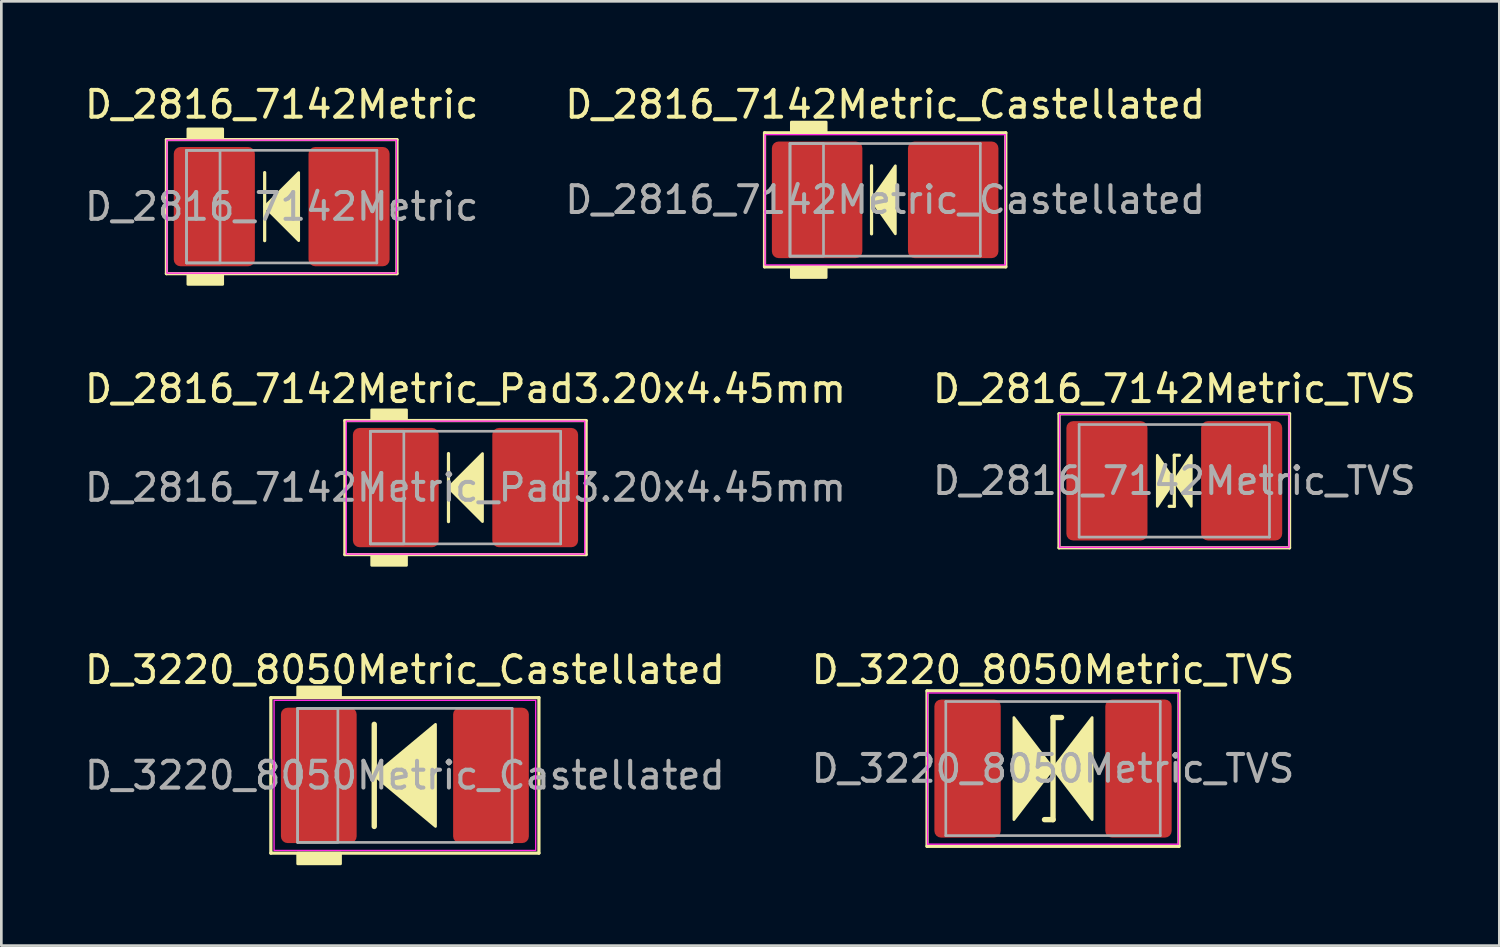
<source format=kicad_pcb>
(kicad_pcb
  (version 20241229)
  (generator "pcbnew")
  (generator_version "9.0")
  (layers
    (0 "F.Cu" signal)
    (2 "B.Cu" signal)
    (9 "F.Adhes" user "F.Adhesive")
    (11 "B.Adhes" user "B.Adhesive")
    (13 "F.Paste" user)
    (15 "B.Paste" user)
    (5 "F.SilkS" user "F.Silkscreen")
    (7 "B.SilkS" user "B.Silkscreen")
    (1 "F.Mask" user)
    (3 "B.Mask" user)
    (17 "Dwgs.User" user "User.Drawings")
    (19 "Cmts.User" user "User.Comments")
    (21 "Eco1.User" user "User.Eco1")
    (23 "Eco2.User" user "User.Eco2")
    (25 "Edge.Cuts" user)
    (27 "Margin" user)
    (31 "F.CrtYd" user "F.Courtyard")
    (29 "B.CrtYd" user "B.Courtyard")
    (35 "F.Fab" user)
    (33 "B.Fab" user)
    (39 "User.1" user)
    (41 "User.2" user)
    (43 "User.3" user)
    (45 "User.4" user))
  (footprint "D_3220_8050Metric_TVS"
    (layer "F.Cu")
    (at 36.232 25.621)
    (property "Reference" "D_3220_8050Metric_TVS" (at 0 -3.683 0) (layer "F.SilkS") (effects (font (size 1 1) (thickness 0.15))))
    (attr smd)
    (fp_line (start -4.7 -2.9) (end 4.7 -2.9) (stroke (width 0.12) (type solid)) (layer "F.SilkS"))
    (fp_line (start -4.7 2.9) (end -4.7 -2.9) (stroke (width 0.12) (type solid)) (layer "F.SilkS"))
    (fp_line (start -0.318 1.905) (end 0 1.905) (stroke (width 0.2) (type solid)) (layer "F.SilkS"))
    (fp_line (start 0 -1.905) (end 0 1.905) (stroke (width 0.2) (type solid)) (layer "F.SilkS"))
    (fp_line (start 0 -1.905) (end 0.318 -1.905) (stroke (width 0.2) (type solid)) (layer "F.SilkS"))
    (fp_line (start 4.7 -2.9) (end 4.7 2.9) (stroke (width 0.12) (type solid)) (layer "F.SilkS"))
    (fp_line (start 4.7 2.9) (end -4.7 2.9) (stroke (width 0.12) (type solid)) (layer "F.SilkS"))
    (fp_poly (pts (xy 0 0) (xy -1.46 1.905) (xy -1.46 -1.905)) (stroke (width 0.1) (type solid)) (fill yes) (layer "F.SilkS"))
    (fp_poly (pts (xy 0 0) (xy 1.46 -1.905) (xy 1.46 1.905)) (stroke (width 0.1) (type solid)) (fill yes) (layer "F.SilkS"))
    (fp_line (start -4.68 -2.82) (end 4.68 -2.82) (stroke (width 0.05) (type solid)) (layer "F.CrtYd"))
    (fp_line (start -4.68 2.82) (end -4.68 -2.82) (stroke (width 0.05) (type solid)) (layer "F.CrtYd"))
    (fp_line (start 4.68 -2.82) (end 4.68 2.82) (stroke (width 0.05) (type solid)) (layer "F.CrtYd"))
    (fp_line (start 4.68 2.82) (end -4.68 2.82) (stroke (width 0.05) (type solid)) (layer "F.CrtYd"))
    (fp_line (start -4 -2.5) (end -4 2.5) (stroke (width 0.1) (type solid)) (layer "F.Fab"))
    (fp_line (start -4 2.5) (end 4 2.5) (stroke (width 0.1) (type solid)) (layer "F.Fab"))
    (fp_line (start 4 -2.5) (end -4 -2.5) (stroke (width 0.1) (type solid)) (layer "F.Fab"))
    (fp_line (start 4 2.5) (end 4 -2.5) (stroke (width 0.1) (type solid)) (layer "F.Fab"))
    (fp_text user "${REFERENCE}" (at 0 0 0) (layer "F.Fab") (effects (font (size 1 1) (thickness 0.15))))
    (pad "1" smd roundrect (at -3.188 0) (size 2.475 5.15) (layers "F.Cu" "F.Mask" "F.Paste") (roundrect_rratio 0.101))
    (pad "2" smd roundrect (at 3.188 0) (size 2.475 5.15) (layers "F.Cu" "F.Mask" "F.Paste") (roundrect_rratio 0.101)))
  (footprint "D_2816_7142Metric_TVS"
    (layer "F.Cu")
    (at 40.756 14.886)
    (property "Reference" "D_2816_7142Metric_TVS" (at 0 -3.429 0) (layer "F.SilkS") (effects (font (size 1 1) (thickness 0.15))))
    (attr smd)
    (fp_line (start -4.3 -2.5) (end -4.3 2.5) (stroke (width 0.12) (type solid)) (layer "F.SilkS"))
    (fp_line (start -4.3 2.5) (end 4.3 2.5) (stroke (width 0.12) (type solid)) (layer "F.SilkS"))
    (fp_line (start -0.191 0.953) (end 0 0.953) (stroke (width 0.12) (type solid)) (layer "F.SilkS"))
    (fp_line (start 0 -0.953) (end 0 0.953) (stroke (width 0.12) (type solid)) (layer "F.SilkS"))
    (fp_line (start 0 -0.953) (end 0.191 -0.953) (stroke (width 0.12) (type solid)) (layer "F.SilkS"))
    (fp_line (start 4.3 -2.5) (end -4.3 -2.5) (stroke (width 0.12) (type solid)) (layer "F.SilkS"))
    (fp_line (start 4.3 2.5) (end 4.3 -2.5) (stroke (width 0.12) (type solid)) (layer "F.SilkS"))
    (fp_poly (pts (xy 0 0) (xy -0.635 0.953) (xy -0.635 -0.953)) (stroke (width 0.1) (type solid)) (fill yes) (layer "F.SilkS"))
    (fp_poly (pts (xy 0 0) (xy 0.635 -0.953) (xy 0.635 0.953)) (stroke (width 0.1) (type solid)) (fill yes) (layer "F.SilkS"))
    (fp_rect (start -4.28 -2.48) (end 4.28 2.48) (stroke (width 0.05) (type solid)) (fill no) (layer "F.CrtYd"))
    (fp_line (start -3.55 -2.1) (end -3.55 2.1) (stroke (width 0.1) (type solid)) (layer "F.Fab"))
    (fp_line (start -3.55 2.1) (end 3.55 2.1) (stroke (width 0.1) (type solid)) (layer "F.Fab"))
    (fp_line (start 3.55 -2.1) (end -3.55 -2.1) (stroke (width 0.1) (type solid)) (layer "F.Fab"))
    (fp_line (start 3.55 2.1) (end 3.55 -2.1) (stroke (width 0.1) (type solid)) (layer "F.Fab"))
    (fp_text user "${REFERENCE}" (at 0 0 0) (layer "F.Fab") (effects (font (size 1 1) (thickness 0.15))))
    (pad "1" smd roundrect (at -2.513 0) (size 3.025 4.45) (layers "F.Cu" "F.Mask" "F.Paste") (roundrect_rratio 0.083))
    (pad "2" smd roundrect (at 2.513 0) (size 3.025 4.45) (layers "F.Cu" "F.Mask" "F.Paste") (roundrect_rratio 0.083)))
  (footprint "D_3220_8050Metric_Castellated"
    (layer "F.Cu")
    (at 12.054 25.875)
    (property "Reference" "D_3220_8050Metric_Castellated" (at 0 -3.937 0) (layer "F.SilkS") (effects (font (size 1 1) (thickness 0.15))))
    (attr smd)
    (fp_line (start -5 -2.9) (end -5 2.9) (stroke (width 0.12) (type solid)) (layer "F.SilkS"))
    (fp_line (start -5 2.9) (end 5 2.9) (stroke (width 0.12) (type solid)) (layer "F.SilkS"))
    (fp_line (start -1.143 -1.905) (end -1.143 1.905) (stroke (width 0.2) (type solid)) (layer "F.SilkS"))
    (fp_line (start 5 -2.9) (end -5 -2.9) (stroke (width 0.12) (type solid)) (layer "F.SilkS"))
    (fp_line (start 5 2.9) (end 5 -2.9) (stroke (width 0.12) (type solid)) (layer "F.SilkS"))
    (fp_poly (pts (xy 1.143 1.905) (xy -1.143 0) (xy 1.143 -1.905)) (stroke (width 0.1) (type solid)) (fill yes) (layer "F.SilkS"))
    (fp_poly (pts (xy -2.4 -2.9) (xy -4 -2.9) (xy -4 -3.3) (xy -2.4 -3.3)) (stroke (width 0.1) (type solid)) (fill yes) (layer "F.SilkS"))
    (fp_poly (pts (xy -2.4 3.3) (xy -4 3.3) (xy -4 2.9) (xy -2.4 2.9)) (stroke (width 0.1) (type solid)) (fill yes) (layer "F.SilkS"))
    (fp_rect (start -4.88 -2.8) (end 4.88 2.8) (stroke (width 0.05) (type solid)) (fill no) (layer "F.CrtYd"))
    (fp_line (start -4 -2.5) (end -4 2.5) (stroke (width 0.1) (type solid)) (layer "F.Fab"))
    (fp_line (start -4 2.5) (end 4 2.5) (stroke (width 0.1) (type solid)) (layer "F.Fab"))
    (fp_line (start 4 -2.5) (end -4 -2.5) (stroke (width 0.1) (type solid)) (layer "F.Fab"))
    (fp_line (start 4 2.5) (end 4 -2.5) (stroke (width 0.1) (type solid)) (layer "F.Fab"))
    (fp_rect (start -4 -2.5) (end -2.5 2.5) (stroke (width 0.1) (type solid)) (fill no) (layer "F.Fab"))
    (fp_text user "${REFERENCE}" (at 0 0 0) (layer "F.Fab") (effects (font (size 1 1) (thickness 0.15))))
    (pad "1" smd roundrect (at -3.212 0) (size 2.825 5.05) (layers "F.Cu" "F.Mask" "F.Paste") (roundrect_rratio 0.088))
    (pad "2" smd roundrect (at 3.212 0) (size 2.825 5.05) (layers "F.Cu" "F.Mask" "F.Paste") (roundrect_rratio 0.088)))
  (footprint "D_2816_7142Metric_Pad3.20x4.45mm"
    (layer "F.Cu")
    (at 14.315 15.139)
    (property "Reference" "D_2816_7142Metric_Pad3.20x4.45mm" (at 0 -3.683 0) (layer "F.SilkS") (effects (font (size 1 1) (thickness 0.15))))
    (attr smd)
    (fp_line (start -4.5 -2.5) (end -4.5 2.5) (stroke (width 0.12) (type solid)) (layer "F.SilkS"))
    (fp_line (start -4.5 2.5) (end 4.5 2.5) (stroke (width 0.12) (type solid)) (layer "F.SilkS"))
    (fp_line (start -0.635 -1.27) (end -0.635 1.27) (stroke (width 0.12) (type solid)) (layer "F.SilkS"))
    (fp_line (start 4.5 -2.5) (end -4.5 -2.5) (stroke (width 0.12) (type solid)) (layer "F.SilkS"))
    (fp_line (start 4.5 2.5) (end 4.5 -2.5) (stroke (width 0.12) (type solid)) (layer "F.SilkS"))
    (fp_poly (pts (xy 0.635 1.27) (xy -0.635 0) (xy 0.635 -1.27)) (stroke (width 0.1) (type solid)) (fill yes) (layer "F.SilkS"))
    (fp_poly (pts (xy -2.2 -2.5) (xy -3.5 -2.5) (xy -3.5 -2.9) (xy -2.2 -2.9)) (stroke (width 0.1) (type solid)) (fill yes) (layer "F.SilkS"))
    (fp_poly (pts (xy -2.2 2.9) (xy -3.5 2.9) (xy -3.5 2.5) (xy -2.2 2.5)) (stroke (width 0.1) (type solid)) (fill yes) (layer "F.SilkS"))
    (fp_rect (start -4.45 -2.48) (end 4.45 2.48) (stroke (width 0.05) (type solid)) (fill no) (layer "F.CrtYd"))
    (fp_line (start -3.55 -2.1) (end -3.55 2.1) (stroke (width 0.1) (type solid)) (layer "F.Fab"))
    (fp_line (start -3.55 2.1) (end 3.55 2.1) (stroke (width 0.1) (type solid)) (layer "F.Fab"))
    (fp_line (start 3.55 -2.1) (end -3.55 -2.1) (stroke (width 0.1) (type solid)) (layer "F.Fab"))
    (fp_line (start 3.55 2.1) (end 3.55 -2.1) (stroke (width 0.1) (type solid)) (layer "F.Fab"))
    (fp_rect (start -3.55 -2.1) (end -2.3 2.1) (stroke (width 0.1) (type solid)) (fill no) (layer "F.Fab"))
    (fp_text user "${REFERENCE}" (at 0 0 0) (layer "F.Fab") (effects (font (size 1 1) (thickness 0.15))))
    (pad "1" smd roundrect (at -2.6 0) (size 3.2 4.45) (layers "F.Cu" "F.Mask" "F.Paste") (roundrect_rratio 0.078))
    (pad "2" smd roundrect (at 2.6 0) (size 3.2 4.45) (layers "F.Cu" "F.Mask" "F.Paste") (roundrect_rratio 0.078)))
  (footprint "D_2816_7142Metric_Castellated"
    (layer "F.Cu")
    (at 29.97 4.404)
    (property "Reference" "D_2816_7142Metric_Castellated" (at 0 -3.556 0) (layer "F.SilkS") (effects (font (size 1 1) (thickness 0.15))))
    (attr smd)
    (fp_line (start -4.5 -2.5) (end -4.5 2.5) (stroke (width 0.12) (type solid)) (layer "F.SilkS"))
    (fp_line (start -4.5 2.5) (end 4.5 2.5) (stroke (width 0.12) (type solid)) (layer "F.SilkS"))
    (fp_line (start -0.508 -1.27) (end -0.508 1.27) (stroke (width 0.12) (type solid)) (layer "F.SilkS"))
    (fp_line (start 4.5 -2.5) (end -4.5 -2.5) (stroke (width 0.12) (type solid)) (layer "F.SilkS"))
    (fp_line (start 4.5 2.5) (end 4.5 -2.5) (stroke (width 0.12) (type solid)) (layer "F.SilkS"))
    (fp_poly (pts (xy 0.381 1.27) (xy -0.508 0) (xy 0.381 -1.27)) (stroke (width 0.1) (type solid)) (fill yes) (layer "F.SilkS"))
    (fp_poly (pts (xy -2.2 -2.5) (xy -3.5 -2.5) (xy -3.5 -2.9) (xy -2.2 -2.9)) (stroke (width 0.1) (type solid)) (fill yes) (layer "F.SilkS"))
    (fp_poly (pts (xy -2.2 2.9) (xy -3.5 2.9) (xy -3.5 2.5) (xy -2.2 2.5)) (stroke (width 0.1) (type solid)) (fill yes) (layer "F.SilkS"))
    (fp_rect (start -4.48 -2.43) (end 4.48 2.43) (stroke (width 0.05) (type solid)) (fill no) (layer "F.CrtYd"))
    (fp_line (start -3.55 -2.1) (end -3.55 2.1) (stroke (width 0.1) (type solid)) (layer "F.Fab"))
    (fp_line (start -3.55 2.1) (end 3.55 2.1) (stroke (width 0.1) (type solid)) (layer "F.Fab"))
    (fp_line (start 3.55 -2.1) (end -3.55 -2.1) (stroke (width 0.1) (type solid)) (layer "F.Fab"))
    (fp_line (start 3.55 2.1) (end 3.55 -2.1) (stroke (width 0.1) (type solid)) (layer "F.Fab"))
    (fp_rect (start -3.55 -2.1) (end -2.3 2.1) (stroke (width 0.1) (type solid)) (fill no) (layer "F.Fab"))
    (fp_text user "${REFERENCE}" (at 0 0 0) (layer "F.Fab") (effects (font (size 1 1) (thickness 0.15))))
    (pad "1" smd roundrect (at -2.538 0) (size 3.375 4.35) (layers "F.Cu" "F.Mask" "F.Paste") (roundrect_rratio 0.074))
    (pad "2" smd roundrect (at 2.538 0) (size 3.375 4.35) (layers "F.Cu" "F.Mask" "F.Paste") (roundrect_rratio 0.074)))
  (footprint "D_2816_7142Metric"
    (layer "F.Cu")
    (at 7.458 4.658)
    (property "Reference" "D_2816_7142Metric" (at 0 -3.81 0) (layer "F.SilkS") (effects (font (size 1 1) (thickness 0.15))))
    (attr smd)
    (fp_line (start -4.3 -2.5) (end -4.3 2.5) (stroke (width 0.12) (type solid)) (layer "F.SilkS"))
    (fp_line (start -4.3 2.5) (end 4.3 2.5) (stroke (width 0.12) (type solid)) (layer "F.SilkS"))
    (fp_line (start -0.635 -1.27) (end -0.635 1.27) (stroke (width 0.12) (type solid)) (layer "F.SilkS"))
    (fp_line (start 4.3 -2.5) (end -4.3 -2.5) (stroke (width 0.12) (type solid)) (layer "F.SilkS"))
    (fp_line (start 4.3 2.5) (end 4.3 -2.5) (stroke (width 0.12) (type solid)) (layer "F.SilkS"))
    (fp_poly (pts (xy 0.635 1.27) (xy -0.635 0) (xy 0.635 -1.27)) (stroke (width 0.1) (type solid)) (fill yes) (layer "F.SilkS"))
    (fp_poly (pts (xy -2.2 -2.5) (xy -3.5 -2.5) (xy -3.5 -2.9) (xy -2.2 -2.9)) (stroke (width 0.1) (type solid)) (fill yes) (layer "F.SilkS"))
    (fp_poly (pts (xy -2.2 2.9) (xy -3.5 2.9) (xy -3.5 2.5) (xy -2.2 2.5)) (stroke (width 0.1) (type solid)) (fill yes) (layer "F.SilkS"))
    (fp_rect (start -4.28 -2.48) (end 4.28 2.48) (stroke (width 0.05) (type solid)) (fill no) (layer "F.CrtYd"))
    (fp_line (start -3.55 -2.1) (end -3.55 2.1) (stroke (width 0.1) (type solid)) (layer "F.Fab"))
    (fp_line (start -3.55 2.1) (end 3.55 2.1) (stroke (width 0.1) (type solid)) (layer "F.Fab"))
    (fp_line (start 3.55 -2.1) (end -3.55 -2.1) (stroke (width 0.1) (type solid)) (layer "F.Fab"))
    (fp_line (start 3.55 2.1) (end 3.55 -2.1) (stroke (width 0.1) (type solid)) (layer "F.Fab"))
    (fp_rect (start -3.55 -2.1) (end -2.3 2.1) (stroke (width 0.1) (type solid)) (fill no) (layer "F.Fab"))
    (fp_text user "${REFERENCE}" (at 0 0 0) (layer "F.Fab") (effects (font (size 1 1) (thickness 0.15))))
    (pad "1" smd roundrect (at -2.513 0) (size 3.025 4.45) (layers "F.Cu" "F.Mask" "F.Paste") (roundrect_rratio 0.083))
    (pad "2" smd roundrect (at 2.513 0) (size 3.025 4.45) (layers "F.Cu" "F.Mask" "F.Paste") (roundrect_rratio 0.083)))
  (gr_rect
    (start -3 -3)
    (end 52.881 32.225)
    (stroke (width 0.1) (type default))
    (fill no)
    (layer "Edge.Cuts")))
</source>
